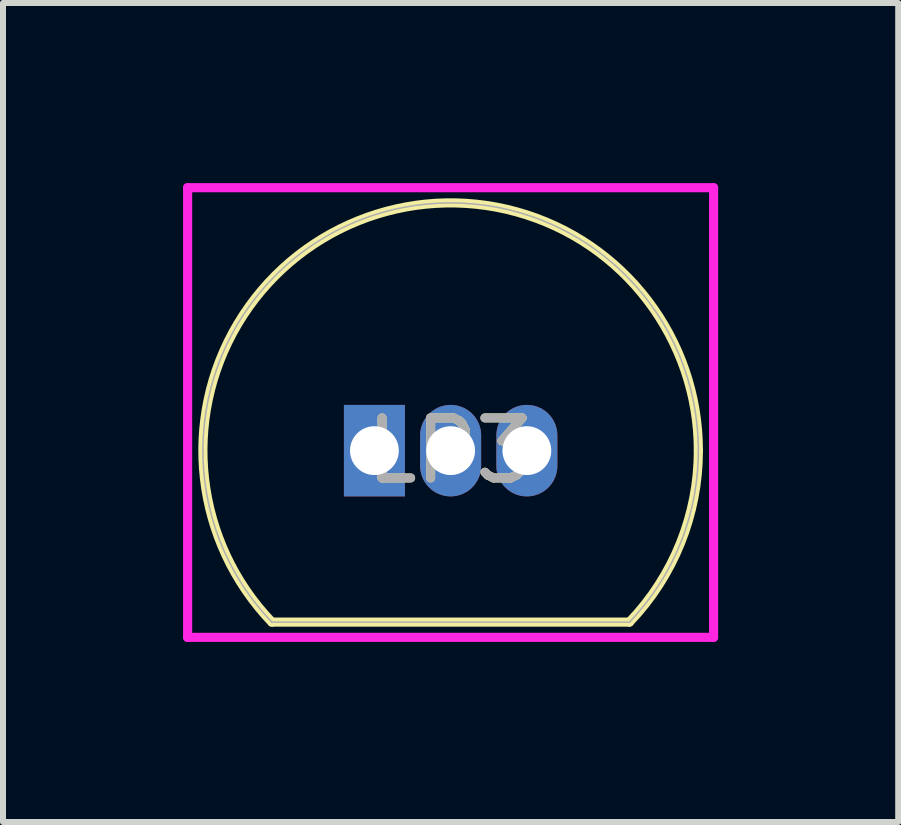
<source format=kicad_pcb>
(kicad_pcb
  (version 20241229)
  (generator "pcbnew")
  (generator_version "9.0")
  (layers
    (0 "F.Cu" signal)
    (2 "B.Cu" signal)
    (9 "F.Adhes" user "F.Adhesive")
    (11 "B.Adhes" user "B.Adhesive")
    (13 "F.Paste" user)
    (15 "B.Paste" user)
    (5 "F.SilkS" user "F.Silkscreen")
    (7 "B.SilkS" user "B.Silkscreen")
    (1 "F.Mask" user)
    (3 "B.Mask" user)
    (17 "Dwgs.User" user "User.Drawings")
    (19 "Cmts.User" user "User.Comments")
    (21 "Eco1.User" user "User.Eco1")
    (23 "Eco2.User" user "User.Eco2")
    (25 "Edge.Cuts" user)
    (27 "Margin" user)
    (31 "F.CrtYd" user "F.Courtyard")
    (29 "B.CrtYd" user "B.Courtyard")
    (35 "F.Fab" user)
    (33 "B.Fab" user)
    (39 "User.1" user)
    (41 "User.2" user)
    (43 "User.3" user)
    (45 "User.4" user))
  (footprint "LP3"
    (layer "F.Cu")
    (at 5.728 4.458)
    (property "Reference" "LP3" (at -1.27 0 0) (unlocked yes) (layer "F.SilkS") (effects (font (size 1 1) (thickness 0.15))))
    (attr through_hole)
    (fp_line (start -4.248 2.857) (end 1.708 2.857) (stroke (width 0.152) (type solid)) (layer "F.SilkS"))
    (fp_arc (start -4.248417 2.857497) (mid -2.809942 -3.829469) (end 2.8575 0) (stroke (width 0.1524) (type solid)) (layer "F.SilkS"))
    (fp_arc (start 2.8575 0) (mid 2.55947 1.539941) (end 1.708418 2.857496) (stroke (width 0.1524) (type solid)) (layer "F.SilkS"))
    (fp_line (start -5.652 -4.381) (end 3.111 -4.381) (stroke (width 0.152) (type solid)) (layer "F.CrtYd"))
    (fp_line (start -5.652 3.111) (end -5.652 -4.381) (stroke (width 0.152) (type solid)) (layer "F.CrtYd"))
    (fp_line (start 3.111 -4.381) (end 3.111 3.111) (stroke (width 0.152) (type solid)) (layer "F.CrtYd"))
    (fp_line (start 3.111 3.111) (end -5.652 3.111) (stroke (width 0.152) (type solid)) (layer "F.CrtYd"))
    (fp_line (start -4.248 2.857) (end 1.708 2.857) (stroke (width 0.025) (type solid)) (layer "F.Fab"))
    (fp_arc (start -4.248415 2.857499) (mid -1.269999 -4.1275) (end 1.708414 2.8575) (stroke (width 0.0254) (type solid)) (layer "F.Fab"))
    (fp_text user "${REFERENCE}" (at -1.27 0 0) (unlocked yes) (layer "F.Fab") (effects (font (size 1 1) (thickness 0.15))))
    (pad "1" thru_hole rect (at -2.54 0) (size 1.016 1.524) (drill 0.813) (layers "*.Cu" "*.Mask"))
    (pad "2" thru_hole oval (at -1.27 0) (size 1.016 1.524) (drill 0.813) (layers "*.Cu" "*.Mask"))
    (pad "3" thru_hole oval (at 0 0) (size 1.016 1.524) (drill 0.813) (layers "*.Cu" "*.Mask")))
  (gr_rect
    (start -3 -3)
    (end 11.915 10.645)
    (stroke (width 0.1) (type default))
    (fill no)
    (layer "Edge.Cuts")))
</source>
